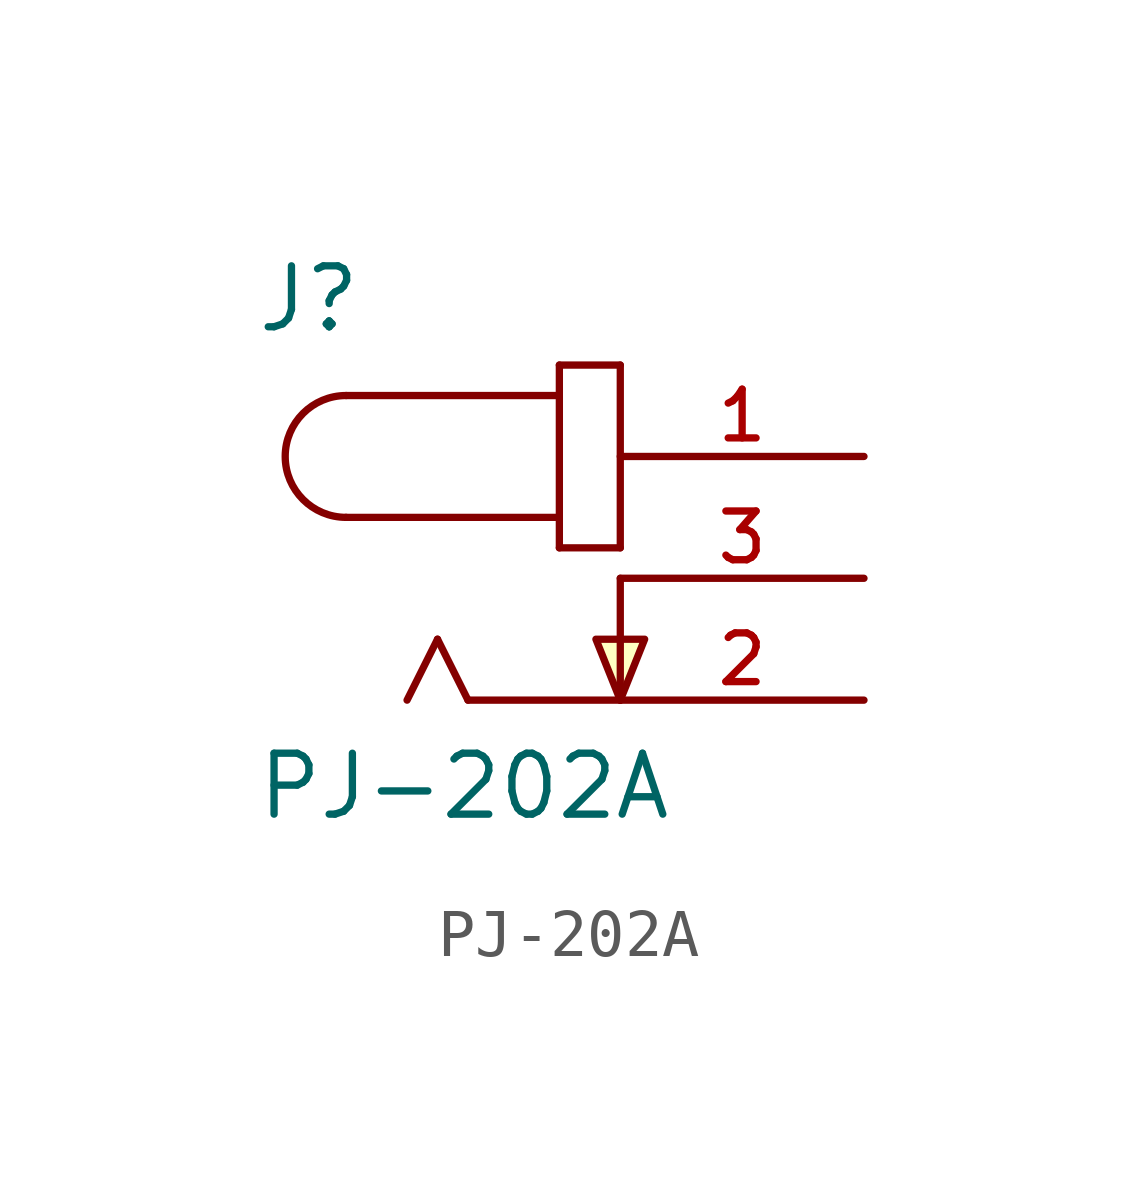
<source format=kicad_sym>
(kicad_symbol_lib
  (version 20211014)
  (generator kicad_symbol_editor)
  (symbol "PJ-202A"
    (pin_names
      (offset 1.016) hide)
    (property "Reference" "J"
      (at -7.62 5.08 0)
      (effects (font (size 1.27 1.27)) (justify left bottom)))
    (property "Value" "PJ-202A"
      (at -7.62 -5.08 0)
      (effects (font (size 1.27 1.27)) (justify left bottom)))
    (property "ki_locked" ""
      (at 0 0 0)
      (effects (font (size 1.27 1.27))))
    (symbol "PJ-202A_0_0"
      (arc (start -5.715 3.81) (mid -6.985 2.54) (end -5.715 1.27) (stroke (width 0.1524) (type default) (color 0 0 0 0)) (fill (type none)))
      (polyline (pts (xy -5.715 3.81) (xy -1.27 3.81)) (stroke (width 0.152) (type default) (color 0 0 0 0)) (fill (type none)))
      (polyline (pts (xy -3.81 -1.27) (xy -4.445 -2.54)) (stroke (width 0.152) (type default) (color 0 0 0 0)) (fill (type none)))
      (polyline (pts (xy -3.175 -2.54) (xy -3.81 -1.27)) (stroke (width 0.152) (type default) (color 0 0 0 0)) (fill (type none)))
      (polyline (pts (xy -1.27 0.635) (xy 0 0.635)) (stroke (width 0.152) (type default) (color 0 0 0 0)) (fill (type none)))
      (polyline (pts (xy -1.27 1.27) (xy -5.715 1.27)) (stroke (width 0.152) (type default) (color 0 0 0 0)) (fill (type none)))
      (polyline (pts (xy -1.27 1.27) (xy -1.27 0.635)) (stroke (width 0.152) (type default) (color 0 0 0 0)) (fill (type none)))
      (polyline (pts (xy -1.27 3.81) (xy -1.27 1.27)) (stroke (width 0.152) (type default) (color 0 0 0 0)) (fill (type none)))
      (polyline (pts (xy -1.27 4.445) (xy -1.27 3.81)) (stroke (width 0.152) (type default) (color 0 0 0 0)) (fill (type none)))
      (polyline (pts (xy 0 -2.54) (xy -3.175 -2.54)) (stroke (width 0.152) (type default) (color 0 0 0 0)) (fill (type none)))
      (polyline (pts (xy 0 0) (xy 0 -2.54)) (stroke (width 0.152) (type default) (color 0 0 0 0)) (fill (type none)))
      (polyline (pts (xy 0 0.635) (xy 0 4.445)) (stroke (width 0.152) (type default) (color 0 0 0 0)) (fill (type none)))
      (polyline (pts (xy 0 4.445) (xy -1.27 4.445)) (stroke (width 0.152) (type default) (color 0 0 0 0)) (fill (type none)))
      (polyline (pts (xy 0 -2.54) (xy -0.508 -1.27) (xy 0.508 -1.27) (xy 0 -2.54)) (stroke (width 0.152) (type default) (color 0 0 0 0)) (fill (type background)))
      (pin passive line (at 5.08 2.54 180) (length 5.08) (name "~" (effects (font (size 1.016 1.016)))) (number "1" (effects (font (size 1.016 1.016)))))
      (pin passive line (at 5.08 -2.54 180) (length 5.08) (name "~" (effects (font (size 1.016 1.016)))) (number "2" (effects (font (size 1.016 1.016)))))
      (pin passive line (at 5.08 0 180) (length 5.08) (name "~" (effects (font (size 1.016 1.016)))) (number "3" (effects (font (size 1.016 1.016))))))))
</source>
